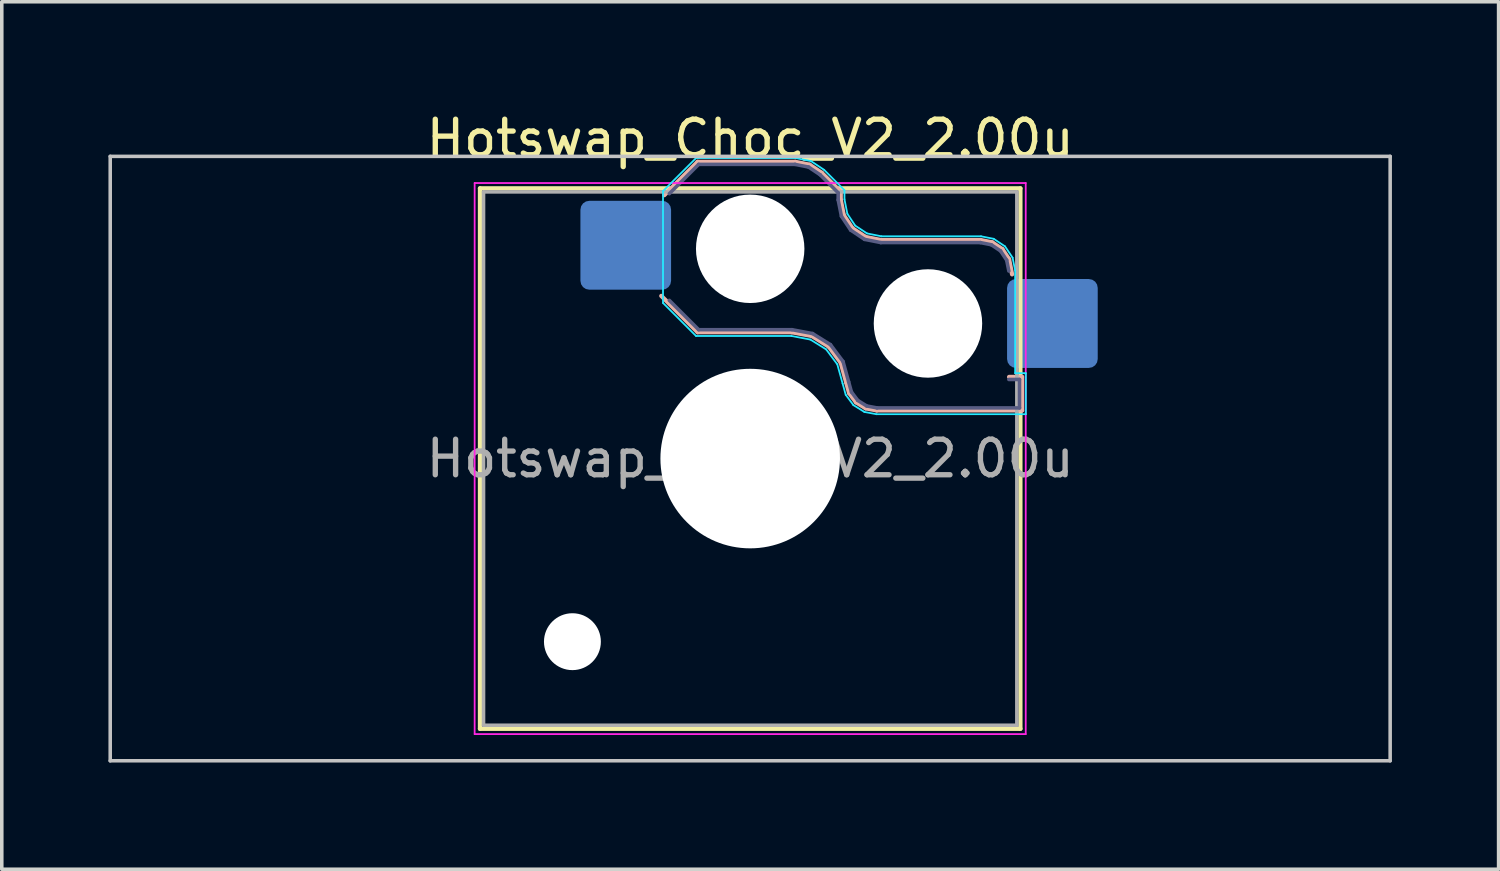
<source format=kicad_pcb>
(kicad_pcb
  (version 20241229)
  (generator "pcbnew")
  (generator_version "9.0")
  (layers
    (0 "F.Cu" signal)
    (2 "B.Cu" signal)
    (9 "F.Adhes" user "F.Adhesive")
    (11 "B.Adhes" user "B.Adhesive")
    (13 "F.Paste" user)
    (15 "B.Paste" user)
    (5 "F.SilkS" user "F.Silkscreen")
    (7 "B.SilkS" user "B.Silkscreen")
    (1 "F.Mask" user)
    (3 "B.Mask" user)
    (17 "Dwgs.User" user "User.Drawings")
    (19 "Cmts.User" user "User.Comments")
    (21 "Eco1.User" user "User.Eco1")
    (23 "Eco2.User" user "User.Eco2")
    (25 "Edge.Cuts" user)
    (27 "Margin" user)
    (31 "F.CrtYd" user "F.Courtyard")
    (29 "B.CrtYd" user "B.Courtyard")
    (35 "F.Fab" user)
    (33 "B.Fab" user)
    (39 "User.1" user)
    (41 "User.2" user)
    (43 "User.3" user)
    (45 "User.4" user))
  (footprint "Hotswap_Choc_V2_2.00u"
    (layer "F.Cu")
    (at 18.05 9.848)
    (property "Reference" "Hotswap_Choc_V2_2.00u" (at 0 -9 0) (layer "F.SilkS") (effects (font (size 1 1) (thickness 0.15))))
    (attr smd)
    (fp_line (start -7.6 -7.6) (end -7.6 7.6) (stroke (width 0.12) (type solid)) (layer "F.SilkS"))
    (fp_line (start -7.6 7.6) (end 7.6 7.6) (stroke (width 0.12) (type solid)) (layer "F.SilkS"))
    (fp_line (start 7.6 -7.6) (end -7.6 -7.6) (stroke (width 0.12) (type solid)) (layer "F.SilkS"))
    (fp_line (start 7.6 7.6) (end 7.6 -7.6) (stroke (width 0.12) (type solid)) (layer "F.SilkS"))
    (fp_line (start -2.416 -7.409) (end -1.479 -8.346) (stroke (width 0.12) (type solid)) (layer "B.SilkS"))
    (fp_line (start -1.479 -8.346) (end 1.268 -8.346) (stroke (width 0.12) (type solid)) (layer "B.SilkS"))
    (fp_line (start -1.479 -3.554) (end -2.5 -4.575) (stroke (width 0.12) (type solid)) (layer "B.SilkS"))
    (fp_line (start 1.168 -3.554) (end -1.479 -3.554) (stroke (width 0.12) (type solid)) (layer "B.SilkS"))
    (fp_line (start 1.268 -8.346) (end 1.671 -8.266) (stroke (width 0.12) (type solid)) (layer "B.SilkS"))
    (fp_line (start 1.671 -8.266) (end 2.013 -8.037) (stroke (width 0.12) (type solid)) (layer "B.SilkS"))
    (fp_line (start 1.73 -3.449) (end 1.168 -3.554) (stroke (width 0.12) (type solid)) (layer "B.SilkS"))
    (fp_line (start 2.013 -8.037) (end 2.546 -7.504) (stroke (width 0.12) (type solid)) (layer "B.SilkS"))
    (fp_line (start 2.209 -3.15) (end 1.73 -3.449) (stroke (width 0.12) (type solid)) (layer "B.SilkS"))
    (fp_line (start 2.546 -7.504) (end 2.546 -7.282) (stroke (width 0.12) (type solid)) (layer "B.SilkS"))
    (fp_line (start 2.546 -7.282) (end 2.633 -6.844) (stroke (width 0.12) (type solid)) (layer "B.SilkS"))
    (fp_line (start 2.547 -2.697) (end 2.209 -3.15) (stroke (width 0.12) (type solid)) (layer "B.SilkS"))
    (fp_line (start 2.633 -6.844) (end 2.877 -6.477) (stroke (width 0.12) (type solid)) (layer "B.SilkS"))
    (fp_line (start 2.701 -2.139) (end 2.547 -2.697) (stroke (width 0.12) (type solid)) (layer "B.SilkS"))
    (fp_line (start 2.783 -1.841) (end 2.701 -2.139) (stroke (width 0.12) (type solid)) (layer "B.SilkS"))
    (fp_line (start 2.877 -6.477) (end 3.244 -6.233) (stroke (width 0.12) (type solid)) (layer "B.SilkS"))
    (fp_line (start 2.976 -1.583) (end 2.783 -1.841) (stroke (width 0.12) (type solid)) (layer "B.SilkS"))
    (fp_line (start 3.244 -6.233) (end 3.682 -6.146) (stroke (width 0.12) (type solid)) (layer "B.SilkS"))
    (fp_line (start 3.25 -1.413) (end 2.976 -1.583) (stroke (width 0.12) (type solid)) (layer "B.SilkS"))
    (fp_line (start 3.56 -1.354) (end 3.25 -1.413) (stroke (width 0.12) (type solid)) (layer "B.SilkS"))
    (fp_line (start 3.682 -6.146) (end 6.482 -6.146) (stroke (width 0.12) (type solid)) (layer "B.SilkS"))
    (fp_line (start 6.482 -6.146) (end 6.809 -6.081) (stroke (width 0.12) (type solid)) (layer "B.SilkS"))
    (fp_line (start 6.809 -6.081) (end 7.092 -5.892) (stroke (width 0.12) (type solid)) (layer "B.SilkS"))
    (fp_line (start 7.092 -5.892) (end 7.281 -5.609) (stroke (width 0.12) (type solid)) (layer "B.SilkS"))
    (fp_line (start 7.281 -5.609) (end 7.366 -5.182) (stroke (width 0.12) (type solid)) (layer "B.SilkS"))
    (fp_line (start 7.283 -2.296) (end 7.646 -2.296) (stroke (width 0.12) (type solid)) (layer "B.SilkS"))
    (fp_line (start 7.646 -2.296) (end 7.646 -1.354) (stroke (width 0.12) (type solid)) (layer "B.SilkS"))
    (fp_line (start 7.646 -1.354) (end 3.56 -1.354) (stroke (width 0.12) (type solid)) (layer "B.SilkS"))
    (fp_line (start -18 -8.5) (end -18 8.5) (stroke (width 0.1) (type solid)) (layer "Dwgs.User"))
    (fp_line (start -18 8.5) (end 18 8.5) (stroke (width 0.1) (type solid)) (layer "Dwgs.User"))
    (fp_line (start 18 -8.5) (end -18 -8.5) (stroke (width 0.1) (type solid)) (layer "Dwgs.User"))
    (fp_line (start 18 8.5) (end 18 -8.5) (stroke (width 0.1) (type solid)) (layer "Dwgs.User"))
    (fp_line (start -7.25 -7.25) (end -7.25 7.25) (stroke (width 0.1) (type solid)) (layer "Eco1.User"))
    (fp_line (start -7.25 7.25) (end 7.25 7.25) (stroke (width 0.1) (type solid)) (layer "Eco1.User"))
    (fp_line (start 7.25 -7.25) (end -7.25 -7.25) (stroke (width 0.1) (type solid)) (layer "Eco1.User"))
    (fp_line (start 7.25 7.25) (end 7.25 -7.25) (stroke (width 0.1) (type solid)) (layer "Eco1.User"))
    (fp_line (start -2.452 -7.523) (end -1.523 -8.452) (stroke (width 0.05) (type solid)) (layer "B.CrtYd"))
    (fp_line (start -2.452 -4.377) (end -2.452 -7.523) (stroke (width 0.05) (type solid)) (layer "B.CrtYd"))
    (fp_line (start -1.523 -8.452) (end 1.278 -8.452) (stroke (width 0.05) (type solid)) (layer "B.CrtYd"))
    (fp_line (start -1.523 -3.448) (end -2.452 -4.377) (stroke (width 0.05) (type solid)) (layer "B.CrtYd"))
    (fp_line (start 1.159 -3.448) (end -1.523 -3.448) (stroke (width 0.05) (type solid)) (layer "B.CrtYd"))
    (fp_line (start 1.278 -8.452) (end 1.712 -8.366) (stroke (width 0.05) (type solid)) (layer "B.CrtYd"))
    (fp_line (start 1.691 -3.348) (end 1.159 -3.448) (stroke (width 0.05) (type solid)) (layer "B.CrtYd"))
    (fp_line (start 1.712 -8.366) (end 2.081 -8.119) (stroke (width 0.05) (type solid)) (layer "B.CrtYd"))
    (fp_line (start 2.081 -8.119) (end 2.652 -7.548) (stroke (width 0.05) (type solid)) (layer "B.CrtYd"))
    (fp_line (start 2.136 -3.071) (end 1.691 -3.348) (stroke (width 0.05) (type solid)) (layer "B.CrtYd"))
    (fp_line (start 2.45 -2.65) (end 2.136 -3.071) (stroke (width 0.05) (type solid)) (layer "B.CrtYd"))
    (fp_line (start 2.599 -2.111) (end 2.45 -2.65) (stroke (width 0.05) (type solid)) (layer "B.CrtYd"))
    (fp_line (start 2.652 -7.548) (end 2.652 -7.292) (stroke (width 0.05) (type solid)) (layer "B.CrtYd"))
    (fp_line (start 2.652 -7.292) (end 2.733 -6.885) (stroke (width 0.05) (type solid)) (layer "B.CrtYd"))
    (fp_line (start 2.687 -1.794) (end 2.599 -2.111) (stroke (width 0.05) (type solid)) (layer "B.CrtYd"))
    (fp_line (start 2.733 -6.885) (end 2.953 -6.553) (stroke (width 0.05) (type solid)) (layer "B.CrtYd"))
    (fp_line (start 2.903 -1.503) (end 2.687 -1.794) (stroke (width 0.05) (type solid)) (layer "B.CrtYd"))
    (fp_line (start 2.953 -6.553) (end 3.285 -6.333) (stroke (width 0.05) (type solid)) (layer "B.CrtYd"))
    (fp_line (start 3.211 -1.312) (end 2.903 -1.503) (stroke (width 0.05) (type solid)) (layer "B.CrtYd"))
    (fp_line (start 3.285 -6.333) (end 3.692 -6.252) (stroke (width 0.05) (type solid)) (layer "B.CrtYd"))
    (fp_line (start 3.55 -1.248) (end 3.211 -1.312) (stroke (width 0.05) (type solid)) (layer "B.CrtYd"))
    (fp_line (start 3.692 -6.252) (end 6.492 -6.252) (stroke (width 0.05) (type solid)) (layer "B.CrtYd"))
    (fp_line (start 6.492 -6.252) (end 6.85 -6.181) (stroke (width 0.05) (type solid)) (layer "B.CrtYd"))
    (fp_line (start 6.85 -6.181) (end 7.168 -5.968) (stroke (width 0.05) (type solid)) (layer "B.CrtYd"))
    (fp_line (start 7.168 -5.968) (end 7.381 -5.65) (stroke (width 0.05) (type solid)) (layer "B.CrtYd"))
    (fp_line (start 7.381 -5.65) (end 7.452 -5.292) (stroke (width 0.05) (type solid)) (layer "B.CrtYd"))
    (fp_line (start 7.452 -5.292) (end 7.452 -2.402) (stroke (width 0.05) (type solid)) (layer "B.CrtYd"))
    (fp_line (start 7.452 -2.402) (end 7.752 -2.402) (stroke (width 0.05) (type solid)) (layer "B.CrtYd"))
    (fp_line (start 7.752 -2.402) (end 7.752 -1.248) (stroke (width 0.05) (type solid)) (layer "B.CrtYd"))
    (fp_line (start 7.752 -1.248) (end 3.55 -1.248) (stroke (width 0.05) (type solid)) (layer "B.CrtYd"))
    (fp_line (start -7.75 -7.75) (end -7.75 7.75) (stroke (width 0.05) (type solid)) (layer "F.CrtYd"))
    (fp_line (start -7.75 7.75) (end 7.75 7.75) (stroke (width 0.05) (type solid)) (layer "F.CrtYd"))
    (fp_line (start 7.75 -7.75) (end -7.75 -7.75) (stroke (width 0.05) (type solid)) (layer "F.CrtYd"))
    (fp_line (start 7.75 7.75) (end 7.75 -7.75) (stroke (width 0.05) (type solid)) (layer "F.CrtYd"))
    (fp_line (start -2.275 -7.45) (end -1.45 -8.275) (stroke (width 0.1) (type solid)) (layer "B.Fab"))
    (fp_line (start -1.45 -8.275) (end 1.261 -8.275) (stroke (width 0.1) (type solid)) (layer "B.Fab"))
    (fp_line (start -1.45 -3.625) (end -2.275 -4.45) (stroke (width 0.1) (type solid)) (layer "B.Fab"))
    (fp_line (start 1.175 -3.625) (end -1.45 -3.625) (stroke (width 0.1) (type solid)) (layer "B.Fab"))
    (fp_line (start 1.261 -8.275) (end 1.643 -8.199) (stroke (width 0.1) (type solid)) (layer "B.Fab"))
    (fp_line (start 1.643 -8.199) (end 1.968 -7.982) (stroke (width 0.1) (type solid)) (layer "B.Fab"))
    (fp_line (start 1.756 -3.516) (end 1.175 -3.625) (stroke (width 0.1) (type solid)) (layer "B.Fab"))
    (fp_line (start 1.968 -7.982) (end 2.475 -7.475) (stroke (width 0.1) (type solid)) (layer "B.Fab"))
    (fp_line (start 2.258 -3.203) (end 1.756 -3.516) (stroke (width 0.1) (type solid)) (layer "B.Fab"))
    (fp_line (start 2.475 -7.475) (end 2.475 -7.275) (stroke (width 0.1) (type solid)) (layer "B.Fab"))
    (fp_line (start 2.475 -7.275) (end 2.566 -6.816) (stroke (width 0.1) (type solid)) (layer "B.Fab"))
    (fp_line (start 2.566 -6.816) (end 2.826 -6.426) (stroke (width 0.1) (type solid)) (layer "B.Fab"))
    (fp_line (start 2.612 -2.729) (end 2.258 -3.203) (stroke (width 0.1) (type solid)) (layer "B.Fab"))
    (fp_line (start 2.769 -2.158) (end 2.612 -2.729) (stroke (width 0.1) (type solid)) (layer "B.Fab"))
    (fp_line (start 2.826 -6.426) (end 3.216 -6.166) (stroke (width 0.1) (type solid)) (layer "B.Fab"))
    (fp_line (start 2.848 -1.873) (end 2.769 -2.158) (stroke (width 0.1) (type solid)) (layer "B.Fab"))
    (fp_line (start 3.025 -1.636) (end 2.848 -1.873) (stroke (width 0.1) (type solid)) (layer "B.Fab"))
    (fp_line (start 3.216 -6.166) (end 3.675 -6.075) (stroke (width 0.1) (type solid)) (layer "B.Fab"))
    (fp_line (start 3.276 -1.48) (end 3.025 -1.636) (stroke (width 0.1) (type solid)) (layer "B.Fab"))
    (fp_line (start 3.567 -1.425) (end 3.276 -1.48) (stroke (width 0.1) (type solid)) (layer "B.Fab"))
    (fp_line (start 3.675 -6.075) (end 6.475 -6.075) (stroke (width 0.1) (type solid)) (layer "B.Fab"))
    (fp_line (start 6.475 -6.075) (end 6.781 -6.014) (stroke (width 0.1) (type solid)) (layer "B.Fab"))
    (fp_line (start 6.781 -6.014) (end 7.041 -5.841) (stroke (width 0.1) (type solid)) (layer "B.Fab"))
    (fp_line (start 7.041 -5.841) (end 7.214 -5.581) (stroke (width 0.1) (type solid)) (layer "B.Fab"))
    (fp_line (start 7.214 -5.581) (end 7.275 -5.275) (stroke (width 0.1) (type solid)) (layer "B.Fab"))
    (fp_line (start 7.275 -2.225) (end 7.575 -2.225) (stroke (width 0.1) (type solid)) (layer "B.Fab"))
    (fp_line (start 7.575 -2.225) (end 7.575 -1.425) (stroke (width 0.1) (type solid)) (layer "B.Fab"))
    (fp_line (start 7.575 -1.425) (end 3.567 -1.425) (stroke (width 0.1) (type solid)) (layer "B.Fab"))
    (fp_line (start -7.5 -7.5) (end -7.5 7.5) (stroke (width 0.1) (type solid)) (layer "F.Fab"))
    (fp_line (start -7.5 7.5) (end 7.5 7.5) (stroke (width 0.1) (type solid)) (layer "F.Fab"))
    (fp_line (start 7.5 -7.5) (end -7.5 -7.5) (stroke (width 0.1) (type solid)) (layer "F.Fab"))
    (fp_line (start 7.5 7.5) (end 7.5 -7.5) (stroke (width 0.1) (type solid)) (layer "F.Fab"))
    (fp_text user "${REFERENCE}" (at 0 0 0) (layer "F.Fab") (effects (font (size 1 1) (thickness 0.15))))
    (pad "" np_thru_hole circle (at -5 5.15) (size 1.6 1.6) (drill 1.6) (layers "*.Cu" "*.Mask"))
    (pad "" np_thru_hole circle (at 0 -5.9) (size 3.05 3.05) (drill 3.05) (layers "*.Cu" "*.Mask"))
    (pad "" np_thru_hole circle (at 0 0) (size 5.05 5.05) (drill 5.05) (layers "*.Cu" "*.Mask"))
    (pad "" np_thru_hole circle (at 5 -3.8) (size 3.05 3.05) (drill 3.05) (layers "*.Cu" "*.Mask"))
    (pad "1" smd roundrect (at -3.5 -6) (size 2.55 2.5) (layers "B.Cu" "B.Mask" "B.Paste") (roundrect_rratio 0.1))
    (pad "2" smd roundrect (at 8.5 -3.8) (size 2.55 2.5) (layers "B.Cu" "B.Mask" "B.Paste") (roundrect_rratio 0.1)))
  (gr_rect
    (start -3 -3)
    (end 39.1 21.398)
    (stroke (width 0.1) (type default))
    (fill no)
    (layer "Edge.Cuts")))
</source>
